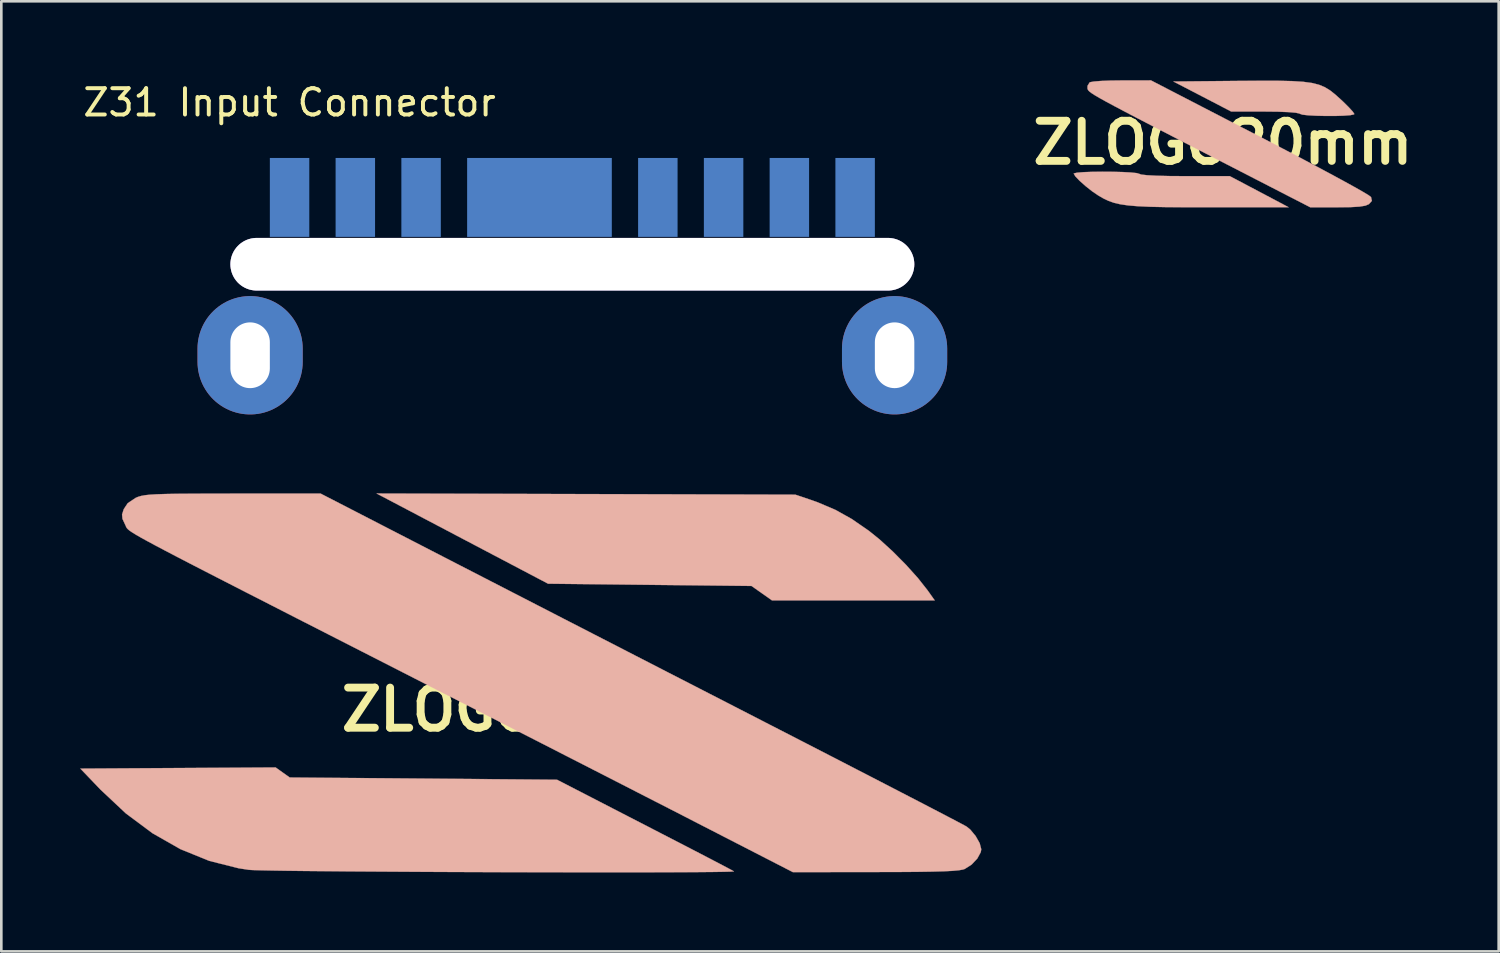
<source format=kicad_pcb>
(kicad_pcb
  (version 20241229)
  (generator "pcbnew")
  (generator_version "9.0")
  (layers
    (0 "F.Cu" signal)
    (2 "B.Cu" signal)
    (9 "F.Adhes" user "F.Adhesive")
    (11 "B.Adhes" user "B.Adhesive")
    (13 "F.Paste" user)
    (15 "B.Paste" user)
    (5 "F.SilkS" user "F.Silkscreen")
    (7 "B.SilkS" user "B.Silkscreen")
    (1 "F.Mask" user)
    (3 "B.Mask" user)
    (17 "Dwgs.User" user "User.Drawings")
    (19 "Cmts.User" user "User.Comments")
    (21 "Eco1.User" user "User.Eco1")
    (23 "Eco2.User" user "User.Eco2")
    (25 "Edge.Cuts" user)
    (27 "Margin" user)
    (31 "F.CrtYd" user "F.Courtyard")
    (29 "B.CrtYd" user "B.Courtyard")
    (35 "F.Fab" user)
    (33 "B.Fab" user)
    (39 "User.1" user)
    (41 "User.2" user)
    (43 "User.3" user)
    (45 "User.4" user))
  (footprint "ZLOGO60mm"
    (layer "F.Cu")
    (at 17.15 23.924)
    (property "Reference" "ZLOGO60mm" (at 0 0 0) (layer "F.SilkS") (effects (font (size 1.524 1.524) (thickness 0.3))))
    (attr through_hole)
    (fp_poly (pts (xy -2.625 -6.499) (xy 0.635 -4.784) (xy 4.502 -4.741) (xy 8.368 -4.699) (xy 9.149 -4.149) (xy 15.335 -4.149) (xy 15.055 -4.543) (xy 14.695 -4.999) (xy 14.241 -5.504) (xy 13.74 -6.009) (xy 13.237 -6.468) (xy 12.83 -6.796) (xy 12.178 -7.246) (xy 11.556 -7.593) (xy 10.896 -7.874) (xy 10.626 -7.97) (xy 10.033 -8.17) (xy 2.074 -8.192) (xy -5.884 -8.214) (xy -2.625 -6.499)) (stroke (width 0.01) (type solid)) (fill yes) (layer "B.SilkS"))
    (fp_poly (pts (xy -13.434 2.222) (xy -17.145 2.244) (xy -16.383 3.04) (xy -15.417 3.947) (xy -14.4 4.704) (xy -13.341 5.307) (xy -12.246 5.752) (xy -11.125 6.034) (xy -10.74 6.093) (xy -10.585 6.102) (xy -10.28 6.111) (xy -9.84 6.12) (xy -9.276 6.129) (xy -8.602 6.137) (xy -7.832 6.144) (xy -6.978 6.152) (xy -6.054 6.158) (xy -5.072 6.164) (xy -4.047 6.17) (xy -2.99 6.175) (xy -1.916 6.179) (xy -0.836 6.183) (xy 0.234 6.185) (xy 1.283 6.187) (xy 2.298 6.188) (xy 3.264 6.188) (xy 4.17 6.188) (xy 5.001 6.186) (xy 5.745 6.183) (xy 6.389 6.179) (xy 6.919 6.174) (xy 7.322 6.168) (xy 7.585 6.161) (xy 7.695 6.153) (xy 7.698 6.15) (xy 7.629 6.111) (xy 7.448 6.014) (xy 7.148 5.856) (xy 6.726 5.636) (xy 6.176 5.35) (xy 5.492 4.997) (xy 4.671 4.573) (xy 3.707 4.076) (xy 3.09 3.758) (xy 0.974 2.667) (xy -9.186 2.582) (xy -9.455 2.391) (xy -9.723 2.2) (xy -13.434 2.222)) (stroke (width 0.01) (type solid)) (fill yes) (layer "B.SilkS"))
    (fp_poly (pts (xy -11.353 -8.211) (xy -12.2 -8.21) (xy -12.895 -8.207) (xy -13.455 -8.203) (xy -13.898 -8.195) (xy -14.24 -8.184) (xy -14.498 -8.169) (xy -14.691 -8.148) (xy -14.835 -8.121) (xy -14.947 -8.088) (xy -15.035 -8.052) (xy -15.344 -7.847) (xy -15.495 -7.619) (xy -15.56 -7.417) (xy -15.545 -7.251) (xy -15.446 -7.037) (xy -15.426 -6.995) (xy -15.411 -6.958) (xy -15.395 -6.924) (xy -15.369 -6.887) (xy -15.327 -6.845) (xy -15.261 -6.792) (xy -15.163 -6.727) (xy -15.027 -6.643) (xy -14.846 -6.539) (xy -14.611 -6.409) (xy -14.316 -6.25) (xy -13.953 -6.058) (xy -13.515 -5.829) (xy -12.995 -5.559) (xy -12.385 -5.245) (xy -11.678 -4.882) (xy -10.866 -4.466) (xy -9.944 -3.995) (xy -8.902 -3.462) (xy -7.734 -2.866) (xy -6.433 -2.202) (xy -4.99 -1.466) (xy -4.445 -1.187) (xy -3.315 -0.61) (xy -2.156 -0.019) (xy -0.988 0.579) (xy 0.173 1.172) (xy 1.306 1.752) (xy 2.394 2.308) (xy 3.418 2.832) (xy 4.36 3.315) (xy 5.201 3.745) (xy 5.922 4.115) (xy 6.347 4.334) (xy 9.942 6.181) (xy 13.078 6.177) (xy 13.944 6.175) (xy 14.656 6.17) (xy 15.227 6.161) (xy 15.673 6.149) (xy 16.008 6.132) (xy 16.248 6.11) (xy 16.405 6.083) (xy 16.475 6.06) (xy 16.735 5.894) (xy 16.953 5.663) (xy 17.084 5.421) (xy 17.103 5.311) (xy 17.043 5.08) (xy 16.89 4.809) (xy 16.687 4.564) (xy 16.548 4.45) (xy 16.444 4.392) (xy 16.2 4.263) (xy 15.826 4.067) (xy 15.333 3.81) (xy 14.732 3.498) (xy 14.033 3.136) (xy 13.246 2.729) (xy 12.383 2.284) (xy 11.453 1.804) (xy 10.468 1.297) (xy 9.437 0.767) (xy 8.909 0.496) (xy 7.729 -0.111) (xy 6.497 -0.744) (xy 5.233 -1.393) (xy 3.959 -2.048) (xy 2.696 -2.698) (xy 1.464 -3.331) (xy 0.285 -3.938) (xy -0.821 -4.507) (xy -1.833 -5.028) (xy -2.729 -5.489) (xy -3.267 -5.766) (xy -8.016 -8.213) (xy -11.353 -8.211)) (stroke (width 0.01) (type solid)) (fill yes) (layer "B.SilkS")))
  (footprint "Z31 Input Connector"
    (layer "F.Cu")
    (at 7.958 4.455)
    (property "Reference" "Z31 Input Connector" (at 0 -3.607 0) (layer "F.SilkS") (effects (font (size 1 1) (thickness 0.15))))
    (attr through_hole)
    (pad "0" thru_hole oval (at 10.75 2.54) (size 26 2) (drill oval 26 2) (layers "*.Cu" "*.Mask"))
    (pad "1" smd rect (at 0 0) (size 1.5 3) (layers "B.Cu" "B.Mask" "B.Paste"))
    (pad "2" smd rect (at 2.5 0) (size 1.5 3) (layers "B.Cu" "B.Mask" "B.Paste"))
    (pad "3" smd rect (at 5 0) (size 1.5 3) (layers "B.Cu" "B.Mask" "B.Paste"))
    (pad "4" smd rect (at 9.5 0) (size 5.5 3) (layers "B.Cu" "B.Mask" "B.Paste"))
    (pad "5" smd rect (at 14 0) (size 1.5 3) (layers "B.Cu" "B.Mask" "B.Paste"))
    (pad "6" smd rect (at 16.5 0) (size 1.5 3) (layers "B.Cu" "B.Mask" "B.Paste"))
    (pad "7" smd rect (at 19 0) (size 1.5 3) (layers "B.Cu" "B.Mask" "B.Paste"))
    (pad "8" smd rect (at 21.5 0) (size 1.5 3) (layers "B.Cu" "B.Mask" "B.Paste"))
    (pad "9" thru_hole oval (at -1.5 6) (size 4 4.5) (drill oval 1.5 2.5) (layers "*.Cu" "*.Mask"))
    (pad "9" thru_hole oval (at 23 6) (size 4 4.5) (drill oval 1.5 2.5) (layers "*.Cu" "*.Mask")))
  (footprint "ZLOGO20mm"
    (layer "F.Cu")
    (at 43.441 2.376)
    (property "Reference" "ZLOGO20mm" (at 0 0 0) (layer "F.SilkS") (effects (font (size 1.524 1.524) (thickness 0.3))))
    (attr through_hole)
    (fp_poly (pts (xy 0.654 -2.351) (xy 0.598 -2.351) (xy -1.884 -2.328) (xy -0.784 -1.757) (xy 0.316 -1.185) (xy 1.592 -1.185) (xy 2.089 -1.18) (xy 2.489 -1.164) (xy 2.771 -1.14) (xy 2.911 -1.109) (xy 2.921 -1.101) (xy 3.019 -1.067) (xy 3.242 -1.042) (xy 3.549 -1.026) (xy 3.902 -1.018) (xy 4.261 -1.018) (xy 4.586 -1.028) (xy 4.839 -1.047) (xy 4.979 -1.076) (xy 4.995 -1.092) (xy 4.937 -1.18) (xy 4.782 -1.35) (xy 4.561 -1.569) (xy 4.484 -1.64) (xy 4.27 -1.833) (xy 4.073 -1.989) (xy 3.873 -2.112) (xy 3.649 -2.205) (xy 3.381 -2.272) (xy 3.048 -2.317) (xy 2.63 -2.343) (xy 2.105 -2.356) (xy 1.453 -2.357) (xy 0.654 -2.351)) (stroke (width 0.01) (type solid)) (fill yes) (layer "B.SilkS"))
    (fp_poly (pts (xy -4.971 1.106) (xy -5.301 1.118) (xy -5.545 1.138) (xy -5.666 1.166) (xy -5.673 1.175) (xy -5.61 1.28) (xy -5.447 1.45) (xy -5.221 1.65) (xy -4.971 1.848) (xy -4.741 2.004) (xy -4.547 2.117) (xy -4.354 2.209) (xy -4.145 2.283) (xy -3.901 2.34) (xy -3.603 2.383) (xy -3.232 2.414) (xy -2.769 2.435) (xy -2.196 2.447) (xy -1.494 2.453) (xy -0.643 2.454) (xy -0.514 2.454) (xy 2.498 2.453) (xy 1.379 1.861) (xy 0.26 1.27) (xy -1.431 1.27) (xy -2.032 1.266) (xy -2.523 1.254) (xy -2.887 1.235) (xy -3.11 1.209) (xy -3.175 1.185) (xy -3.272 1.155) (xy -3.498 1.131) (xy -3.817 1.114) (xy -4.193 1.104) (xy -4.589 1.101) (xy -4.971 1.106)) (stroke (width 0.01) (type solid)) (fill yes) (layer "B.SilkS"))
    (fp_poly (pts (xy -3.845 -2.369) (xy -4.269 -2.364) (xy -4.636 -2.349) (xy -4.911 -2.327) (xy -5.058 -2.3) (xy -5.067 -2.296) (xy -5.149 -2.162) (xy -5.151 -2.064) (xy -5.141 -2.028) (xy -5.119 -1.99) (xy -5.072 -1.943) (xy -4.992 -1.883) (xy -4.868 -1.803) (xy -4.688 -1.698) (xy -4.444 -1.562) (xy -4.124 -1.39) (xy -3.717 -1.175) (xy -3.214 -0.912) (xy -2.605 -0.596) (xy -1.877 -0.22) (xy -1.022 0.22) (xy -0.028 0.732) (xy 0.158 0.828) (xy 3.321 2.455) (xy 4.354 2.455) (xy 4.843 2.449) (xy 5.189 2.429) (xy 5.415 2.392) (xy 5.547 2.336) (xy 5.551 2.333) (xy 5.662 2.21) (xy 5.632 2.074) (xy 5.622 2.058) (xy 5.531 1.991) (xy 5.304 1.855) (xy 4.954 1.657) (xy 4.495 1.405) (xy 3.941 1.106) (xy 3.307 0.767) (xy 2.607 0.398) (xy 1.853 0.004) (xy 1.396 -0.233) (xy -2.737 -2.371) (xy -3.845 -2.369)) (stroke (width 0.01) (type solid)) (fill yes) (layer "B.SilkS")))
  (gr_rect
    (start -3 -3)
    (end 53.923 33.117)
    (stroke (width 0.1) (type default))
    (fill no)
    (layer "Edge.Cuts")))
</source>
